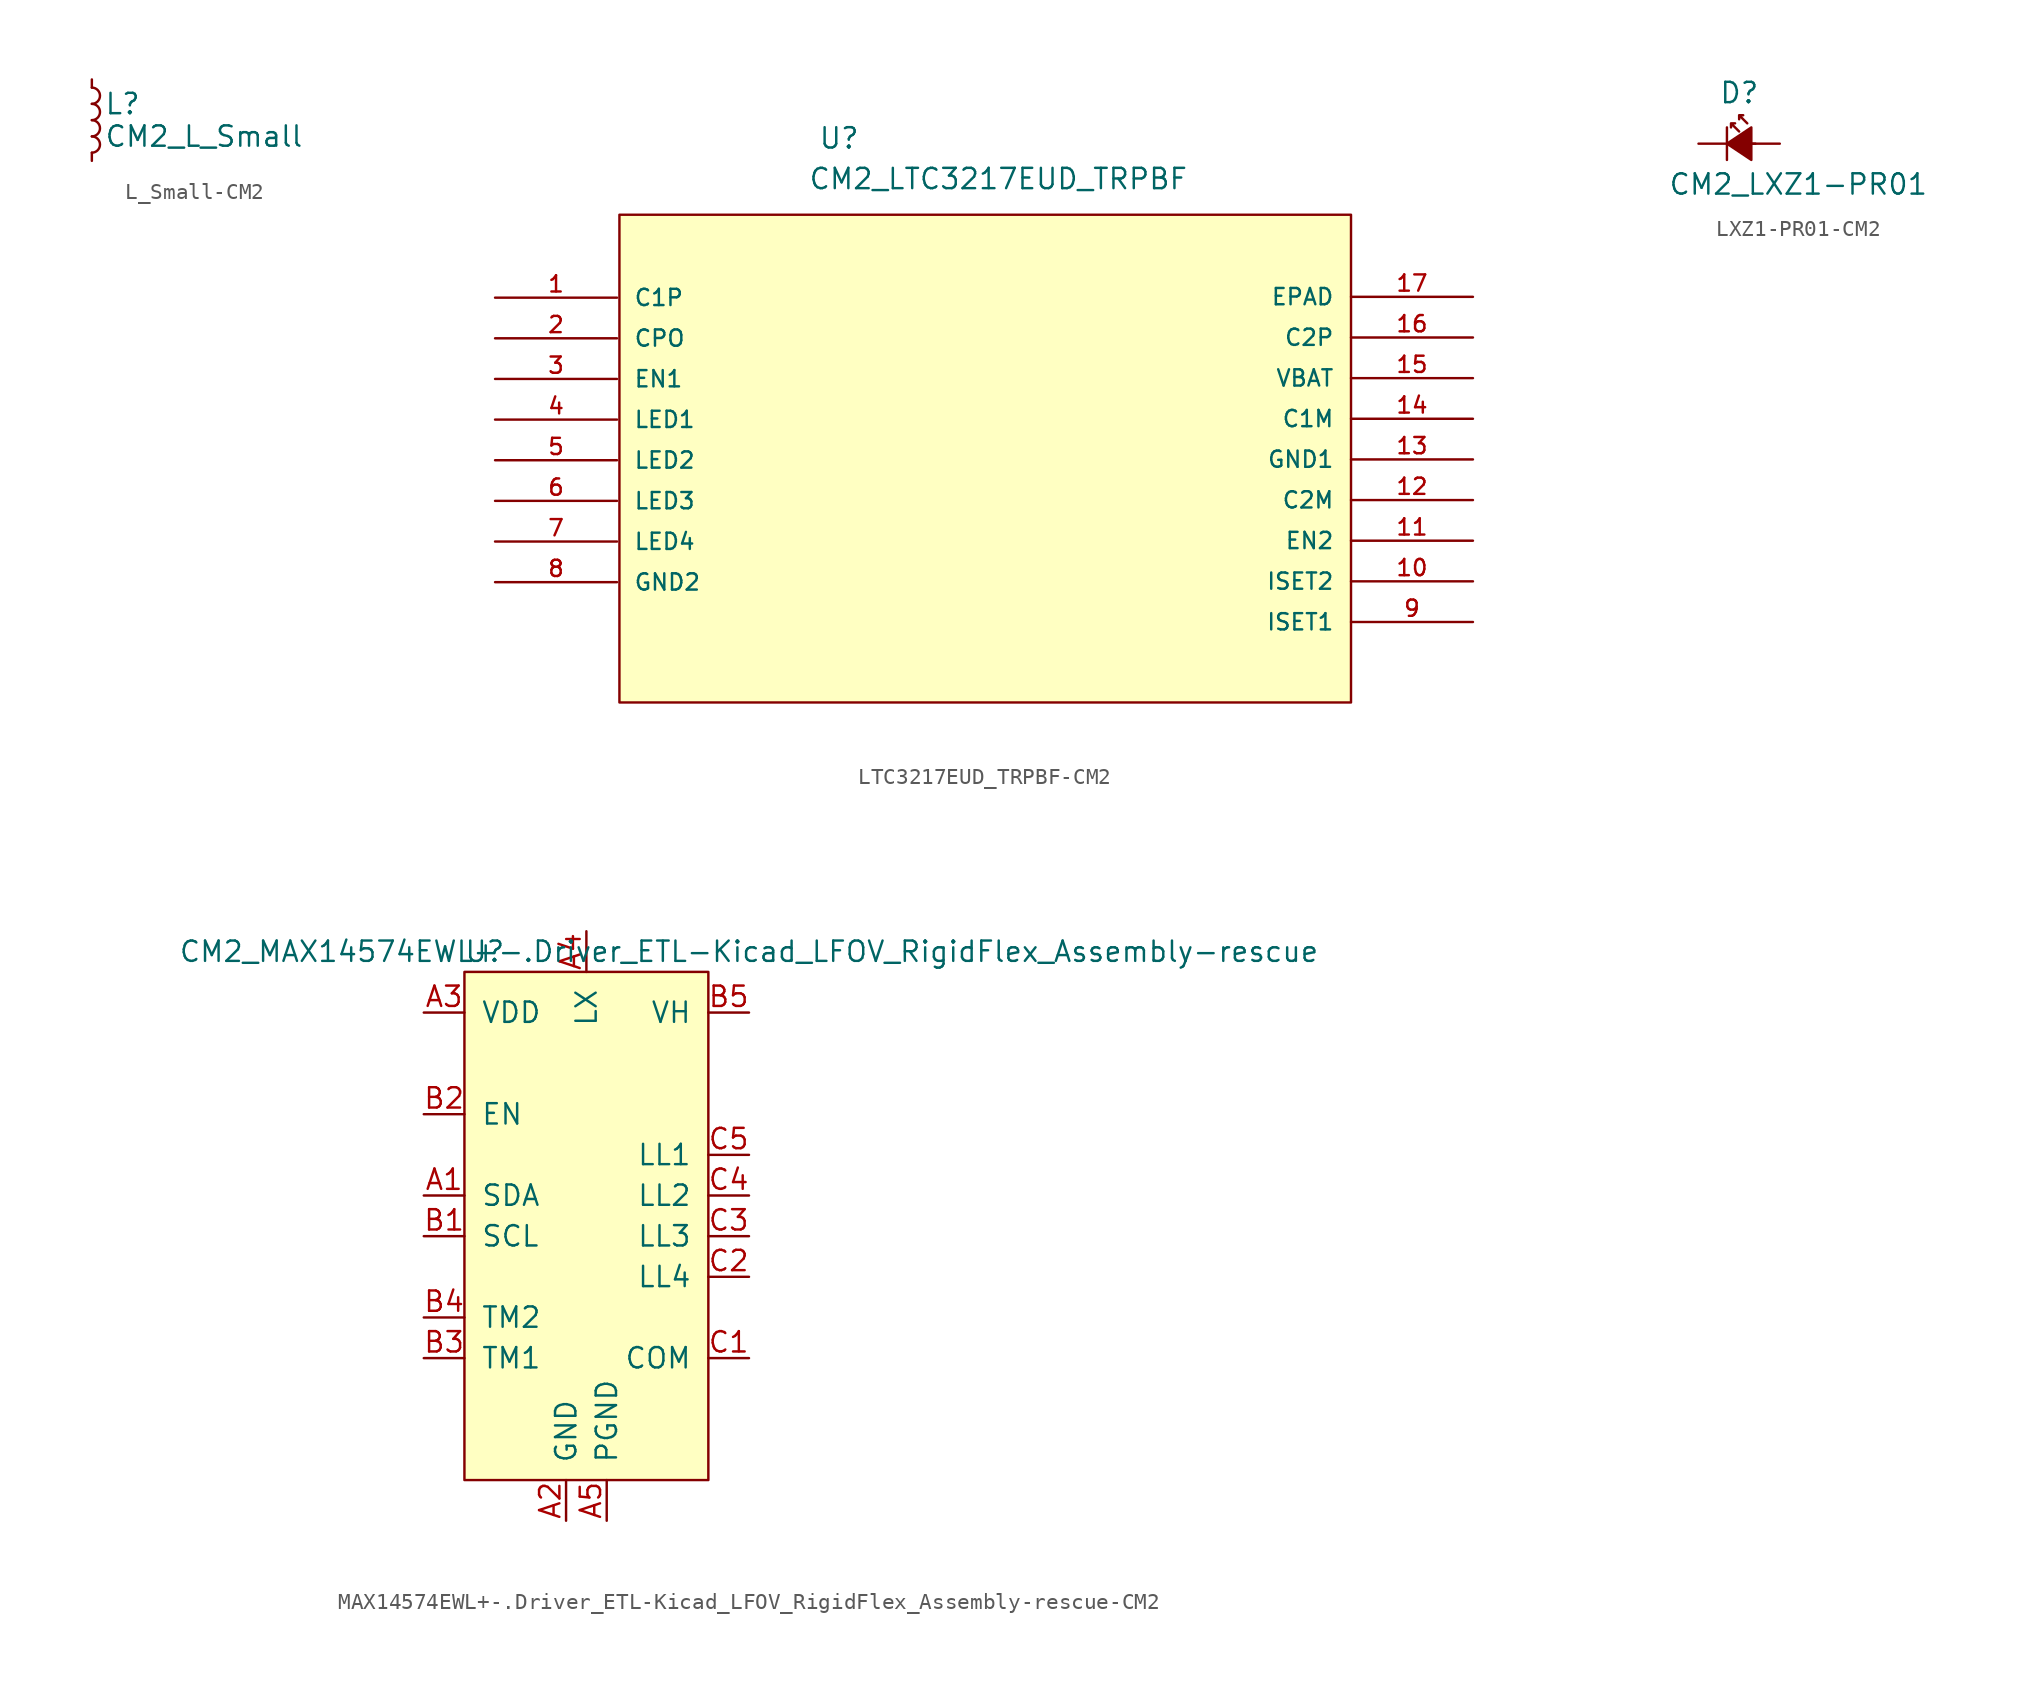
<source format=kicad_sym>
(kicad_symbol_lib
  (version 20231120)
  (generator "kicad_symbol_editor")
  (generator_version "8.0")
  (symbol "L_Small-CM2"
    (pin_numbers hide)
    (pin_names
      (offset 0.254) hide)
    (property "Reference" "L"
      (at 0.762 1.016 0)
      (effects (font (size 1.27 1.27)) (justify left)))
    (property "Value" "CM2_L_Small"
      (at 0.762 -1.016 0)
      (effects (font (size 1.27 1.27)) (justify left)))
    (symbol "L_Small-CM2_0_1"
      (arc (start 0 -2.032) (mid 0.508 -1.524) (end 0 -1.016) (stroke (width 0) (type solid)) (fill (type none)))
      (arc (start 0 -1.016) (mid 0.508 -0.508) (end 0 0) (stroke (width 0) (type solid)) (fill (type none)))
      (arc (start 0 0) (mid 0.508 0.508) (end 0 1.016) (stroke (width 0) (type solid)) (fill (type none)))
      (arc (start 0 1.016) (mid 0.508 1.524) (end 0 2.032) (stroke (width 0) (type solid)) (fill (type none))))
    (symbol "L_Small-CM2_1_1"
      (pin passive line (at 0 2.54 270) (length 0.508) (name "~" (effects (font (size 1.27 1.27)))) (number "1" (effects (font (size 1.27 1.27)))))
      (pin passive line (at 0 -2.54 90) (length 0.508) (name "~" (effects (font (size 1.27 1.27)))) (number "2" (effects (font (size 1.27 1.27)))))))
  (symbol "LTC3217EUD_TRPBF-CM2"
    (pin_names
      (offset 1.016))
    (property "Reference" "U"
      (at 20.676 9.119 0)
      (effects (font (size 1.27 1.27)) (justify left bottom)))
    (property "Value" "CM2_LTC3217EUD_TRPBF"
      (at 20.041 6.579 0)
      (effects (font (size 1.27 1.27)) (justify left bottom)))
    (property "ki_locked" ""
      (at 0 0 0)
      (effects (font (size 1.27 1.27))))
    (symbol "LTC3217EUD_TRPBF-CM2_0_0"
      (rectangle (start 8.255 -25.4) (end 53.975 5.08) (stroke (width 0.152) (type solid)) (fill (type background)))
      (pin passive line (at 0.483 -0.102 0) (length 7.62) (name "C1P" (effects (font (size 1.016 1.016)))) (number "1" (effects (font (size 1.016 1.016)))))
      (pin passive line (at 61.595 -17.831 180) (length 7.62) (name "ISET2" (effects (font (size 1.016 1.016)))) (number "10" (effects (font (size 1.016 1.016)))))
      (pin passive line (at 61.595 -15.291 180) (length 7.62) (name "EN2" (effects (font (size 1.016 1.016)))) (number "11" (effects (font (size 1.016 1.016)))))
      (pin passive line (at 61.595 -12.751 180) (length 7.62) (name "C2M" (effects (font (size 1.016 1.016)))) (number "12" (effects (font (size 1.016 1.016)))))
      (pin power_in line (at 61.595 -10.211 180) (length 7.62) (name "GND1" (effects (font (size 1.016 1.016)))) (number "13" (effects (font (size 1.016 1.016)))))
      (pin passive line (at 61.595 -7.671 180) (length 7.62) (name "C1M" (effects (font (size 1.016 1.016)))) (number "14" (effects (font (size 1.016 1.016)))))
      (pin power_in line (at 61.595 -5.131 180) (length 7.62) (name "VBAT" (effects (font (size 1.016 1.016)))) (number "15" (effects (font (size 1.016 1.016)))))
      (pin passive line (at 61.595 -2.591 180) (length 7.62) (name "C2P" (effects (font (size 1.016 1.016)))) (number "16" (effects (font (size 1.016 1.016)))))
      (pin passive line (at 61.595 -0.051 180) (length 7.62) (name "EPAD" (effects (font (size 1.016 1.016)))) (number "17" (effects (font (size 1.016 1.016)))))
      (pin output line (at 0.483 -2.642 0) (length 7.62) (name "CPO" (effects (font (size 1.016 1.016)))) (number "2" (effects (font (size 1.016 1.016)))))
      (pin passive line (at 0.483 -5.182 0) (length 7.62) (name "EN1" (effects (font (size 1.016 1.016)))) (number "3" (effects (font (size 1.016 1.016)))))
      (pin output line (at 0.483 -7.722 0) (length 7.62) (name "LED1" (effects (font (size 1.016 1.016)))) (number "4" (effects (font (size 1.016 1.016)))))
      (pin output line (at 0.483 -10.262 0) (length 7.62) (name "LED2" (effects (font (size 1.016 1.016)))) (number "5" (effects (font (size 1.016 1.016)))))
      (pin output line (at 0.483 -12.802 0) (length 7.62) (name "LED3" (effects (font (size 1.016 1.016)))) (number "6" (effects (font (size 1.016 1.016)))))
      (pin output line (at 0.483 -15.342 0) (length 7.62) (name "LED4" (effects (font (size 1.016 1.016)))) (number "7" (effects (font (size 1.016 1.016)))))
      (pin power_in line (at 0.483 -17.882 0) (length 7.62) (name "GND2" (effects (font (size 1.016 1.016)))) (number "8" (effects (font (size 1.016 1.016)))))
      (pin passive line (at 61.595 -20.371 180) (length 7.62) (name "ISET1" (effects (font (size 1.016 1.016)))) (number "9" (effects (font (size 1.016 1.016)))))))
  (symbol "LXZ1-PR01-CM2"
    (pin_numbers hide)
    (pin_names
      (offset 0.254) hide)
    (property "Reference" "D"
      (at -1.27 3.175 0)
      (effects (font (size 1.27 1.27)) (justify left)))
    (property "Value" "CM2_LXZ1-PR01"
      (at -4.445 -2.54 0)
      (effects (font (size 1.27 1.27)) (justify left)))
    (symbol "LXZ1-PR01-CM2_0_1"
      (polyline (pts (xy -0.762 -1.016) (xy -0.762 1.016)) (stroke (width 0) (type solid)) (fill (type none)))
      (polyline (pts (xy 1.016 0) (xy -0.762 0)) (stroke (width 0) (type solid)) (fill (type none)))
      (polyline (pts (xy 0.762 -1.016) (xy -0.762 0) (xy 0.762 1.016) (xy 0.762 -1.016)) (stroke (width 0) (type solid)) (fill (type outline)))
      (polyline (pts (xy 0 0.762) (xy -0.508 1.27) (xy -0.254 1.27) (xy -0.508 1.27) (xy -0.508 1.016)) (stroke (width 0) (type solid)) (fill (type none)))
      (polyline (pts (xy 0.508 1.27) (xy 0 1.778) (xy 0.254 1.778) (xy 0 1.778) (xy 0 1.524)) (stroke (width 0) (type solid)) (fill (type none))))
    (symbol "LXZ1-PR01-CM2_1_1"
      (pin passive line (at 2.54 0 180) (length 1.778) (name "A" (effects (font (size 1.27 1.27)))) (number "A" (effects (font (size 1.27 1.27)))))
      (pin passive line (at -2.54 0 0) (length 1.778) (name "C" (effects (font (size 1.27 1.27)))) (number "C" (effects (font (size 1.27 1.27)))))))
  (symbol "MAX14574EWL+-.Driver_ETL-Kicad_LFOV_RigidFlex_Assembly-rescue-CM2"
    (pin_names
      (offset 1.016))
    (property "Reference" "U"
      (at -2.54 5.08 0)
      (effects (font (size 1.27 1.27))))
    (property "Value" "CM2_MAX14574EWL+-.Driver_ETL-Kicad_LFOV_RigidFlex_Assembly-rescue"
      (at 13.97 5.08 0)
      (effects (font (size 1.27 1.27))))
    (symbol "MAX14574EWL+-.Driver_ETL-Kicad_LFOV_RigidFlex_Assembly-rescue-CM2_0_1"
      (rectangle (start -3.81 3.81) (end 11.43 -27.94) (stroke (width 0) (type solid)) (fill (type background))))
    (symbol "MAX14574EWL+-.Driver_ETL-Kicad_LFOV_RigidFlex_Assembly-rescue-CM2_1_1"
      (pin bidirectional line (at -6.35 -10.16 0) (length 2.54) (name "SDA" (effects (font (size 1.27 1.27)))) (number "A1" (effects (font (size 1.27 1.27)))))
      (pin power_in line (at 2.54 -30.48 90) (length 2.54) (name "GND" (effects (font (size 1.27 1.27)))) (number "A2" (effects (font (size 1.27 1.27)))))
      (pin power_in line (at -6.35 1.27 0) (length 2.54) (name "VDD" (effects (font (size 1.27 1.27)))) (number "A3" (effects (font (size 1.27 1.27)))))
      (pin bidirectional line (at 3.81 6.35 270) (length 2.54) (name "LX" (effects (font (size 1.27 1.27)))) (number "A4" (effects (font (size 1.27 1.27)))))
      (pin power_in line (at 5.08 -30.48 90) (length 2.54) (name "PGND" (effects (font (size 1.27 1.27)))) (number "A5" (effects (font (size 1.27 1.27)))))
      (pin bidirectional line (at -6.35 -12.7 0) (length 2.54) (name "SCL" (effects (font (size 1.27 1.27)))) (number "B1" (effects (font (size 1.27 1.27)))))
      (pin input line (at -6.35 -5.08 0) (length 2.54) (name "EN" (effects (font (size 1.27 1.27)))) (number "B2" (effects (font (size 1.27 1.27)))))
      (pin bidirectional line (at -6.35 -20.32 0) (length 2.54) (name "TM1" (effects (font (size 1.27 1.27)))) (number "B3" (effects (font (size 1.27 1.27)))))
      (pin bidirectional line (at -6.35 -17.78 0) (length 2.54) (name "TM2" (effects (font (size 1.27 1.27)))) (number "B4" (effects (font (size 1.27 1.27)))))
      (pin power_out line (at 13.97 1.27 180) (length 2.54) (name "VH" (effects (font (size 1.27 1.27)))) (number "B5" (effects (font (size 1.27 1.27)))))
      (pin power_out line (at 13.97 -20.32 180) (length 2.54) (name "COM" (effects (font (size 1.27 1.27)))) (number "C1" (effects (font (size 1.27 1.27)))))
      (pin power_out line (at 13.97 -15.24 180) (length 2.54) (name "LL4" (effects (font (size 1.27 1.27)))) (number "C2" (effects (font (size 1.27 1.27)))))
      (pin power_out line (at 13.97 -12.7 180) (length 2.54) (name "LL3" (effects (font (size 1.27 1.27)))) (number "C3" (effects (font (size 1.27 1.27)))))
      (pin power_out line (at 13.97 -10.16 180) (length 2.54) (name "LL2" (effects (font (size 1.27 1.27)))) (number "C4" (effects (font (size 1.27 1.27)))))
      (pin power_out line (at 13.97 -7.62 180) (length 2.54) (name "LL1" (effects (font (size 1.27 1.27)))) (number "C5" (effects (font (size 1.27 1.27))))))))
</source>
